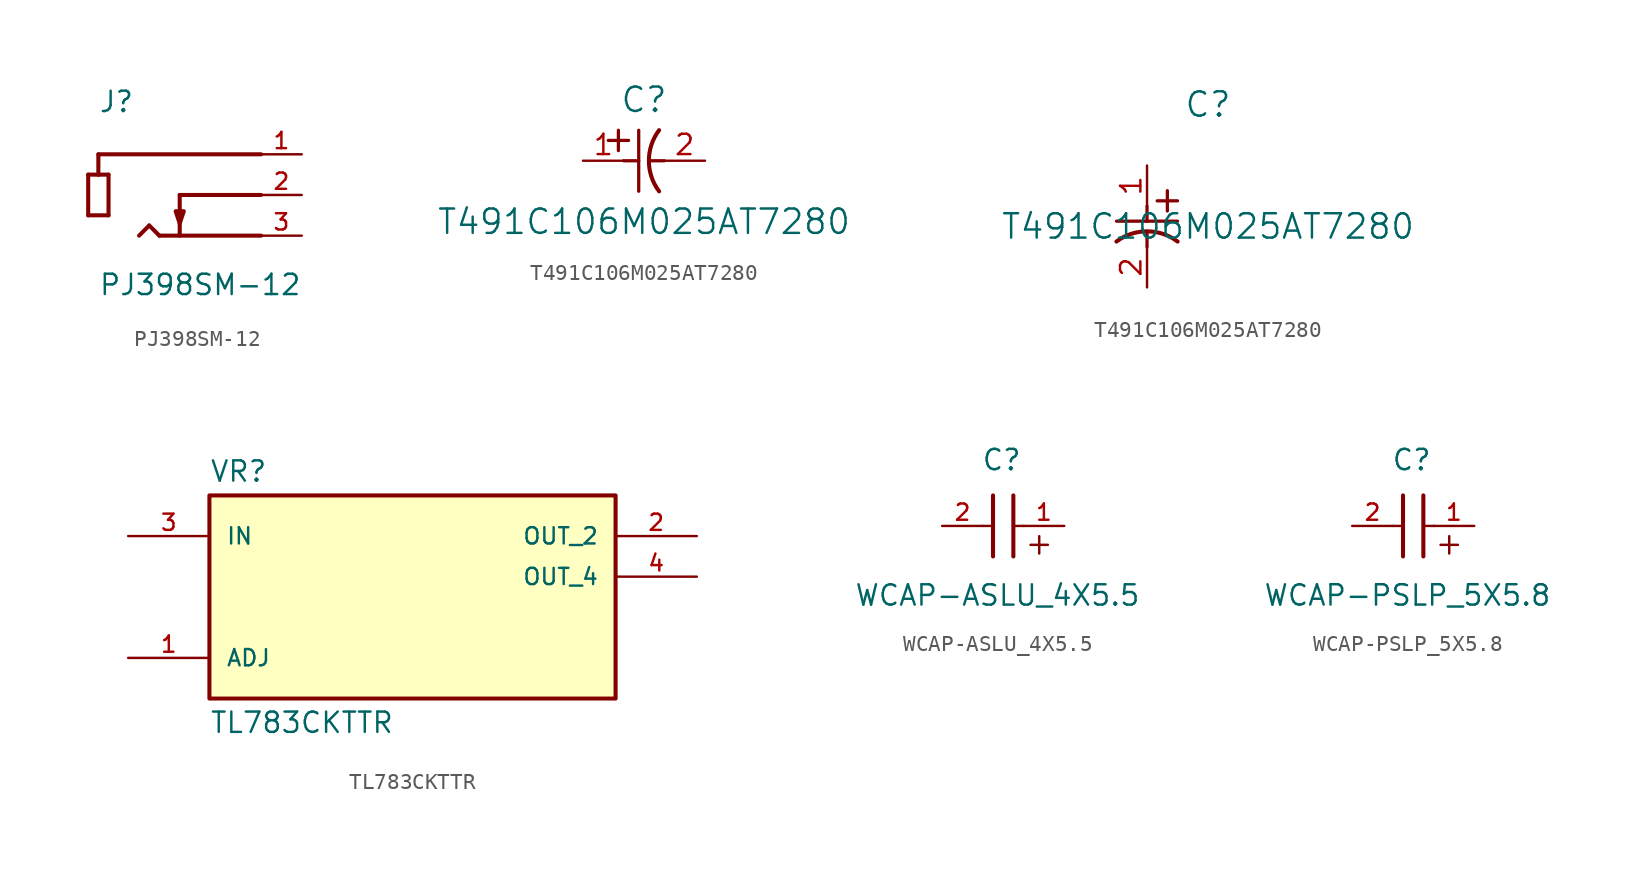
<source format=kicad_sym>
(kicad_symbol_lib
  (version 20231120)
  (generator "kicad_symbol_editor")
  (generator_version "8.0")
  (symbol "PJ398SM-12"
    (pin_names
      (offset 1.016))
    (property "Reference" "J"
      (at -5.08 2.54 0)
      (effects (font (size 1.27 1.27)) (justify left bottom)))
    (property "Value" "PJ398SM-12"
      (at -5.08 -8.89 0)
      (effects (font (size 1.27 1.27)) (justify left bottom)))
    (symbol "PJ398SM-12_0_0"
      (polyline (pts (xy -5.715 -3.81) (xy -5.715 -1.27)) (stroke (width 0.254) (type default)) (fill (type none)))
      (polyline (pts (xy -5.715 -1.27) (xy -5.08 -1.27)) (stroke (width 0.254) (type default)) (fill (type none)))
      (polyline (pts (xy -5.08 -1.27) (xy -4.445 -1.27)) (stroke (width 0.254) (type default)) (fill (type none)))
      (polyline (pts (xy -5.08 0) (xy -5.08 -1.27)) (stroke (width 0.254) (type default)) (fill (type none)))
      (polyline (pts (xy -4.445 -3.81) (xy -5.715 -3.81)) (stroke (width 0.254) (type default)) (fill (type none)))
      (polyline (pts (xy -4.445 -1.27) (xy -4.445 -3.81)) (stroke (width 0.254) (type default)) (fill (type none)))
      (polyline (pts (xy -1.905 -4.445) (xy -2.54 -5.08)) (stroke (width 0.254) (type default)) (fill (type none)))
      (polyline (pts (xy -1.27 -5.08) (xy -1.905 -4.445)) (stroke (width 0.254) (type default)) (fill (type none)))
      (polyline (pts (xy 0 -2.54) (xy 0 -5.08)) (stroke (width 0.254) (type default)) (fill (type none)))
      (polyline (pts (xy 0 -2.54) (xy 5.08 -2.54)) (stroke (width 0.254) (type default)) (fill (type none)))
      (polyline (pts (xy 5.08 -5.08) (xy -1.27 -5.08)) (stroke (width 0.254) (type default)) (fill (type none)))
      (polyline (pts (xy 5.08 0) (xy -5.08 0)) (stroke (width 0.254) (type default)) (fill (type none)))
      (polyline (pts (xy 0 -4.318) (xy 0.254 -3.556) (xy -0.254 -3.556) (xy 0 -4.318)) (stroke (width 0.254) (type default)) (fill (type outline)))
      (pin passive line (at 7.62 0 180) (length 2.54) (name "~" (effects (font (size 1.016 1.016)))) (number "1" (effects (font (size 1.016 1.016)))))
      (pin passive line (at 7.62 -2.54 180) (length 2.54) (name "~" (effects (font (size 1.016 1.016)))) (number "2" (effects (font (size 1.016 1.016)))))
      (pin passive line (at 7.62 -5.08 180) (length 2.54) (name "~" (effects (font (size 1.016 1.016)))) (number "3" (effects (font (size 1.016 1.016)))))))
  (symbol "T491C106M025AT7280"
    (pin_names
      (offset 0.254))
    (property "Reference" "C"
      (at 3.81 3.81 0)
      (effects (font (size 1.524 1.524))))
    (property "Value" "T491C106M025AT7280"
      (at 3.81 -3.81 0)
      (effects (font (size 1.524 1.524))))
    (symbol "T491C106M025AT7280_1_1"
      (polyline (pts (xy 1.575 1.27) (xy 2.845 1.27)) (stroke (width 0.203) (type default)) (fill (type none)))
      (polyline (pts (xy 2.21 0.635) (xy 2.21 1.905)) (stroke (width 0.203) (type default)) (fill (type none)))
      (polyline (pts (xy 2.54 0) (xy 3.48 0)) (stroke (width 0.203) (type default)) (fill (type none)))
      (polyline (pts (xy 3.48 -1.905) (xy 3.48 1.905)) (stroke (width 0.203) (type default)) (fill (type none)))
      (polyline (pts (xy 4.115 0) (xy 5.08 0)) (stroke (width 0.203) (type default)) (fill (type none)))
      (arc (start 4.7541 1.9108) (mid 4.1148 0) (end 4.7541 -1.9108) (stroke (width 0.254) (type default)) (fill (type none)))
      (pin unspecified line (at 0 0 0) (length 2.54) (name "" (effects (font (size 1.27 1.27)))) (number "1" (effects (font (size 1.27 1.27)))))
      (pin unspecified line (at 7.62 0 180) (length 2.54) (name "" (effects (font (size 1.27 1.27)))) (number "2" (effects (font (size 1.27 1.27))))))
    (symbol "T491C106M025AT7280_1_2"
      (polyline (pts (xy -1.905 -3.48) (xy 1.905 -3.48)) (stroke (width 0.203) (type default)) (fill (type none)))
      (polyline (pts (xy 0 -4.115) (xy 0 -5.08)) (stroke (width 0.203) (type default)) (fill (type none)))
      (polyline (pts (xy 0 -2.54) (xy 0 -3.48)) (stroke (width 0.203) (type default)) (fill (type none)))
      (polyline (pts (xy 0.635 -2.21) (xy 1.905 -2.21)) (stroke (width 0.203) (type default)) (fill (type none)))
      (polyline (pts (xy 1.27 -1.575) (xy 1.27 -2.845)) (stroke (width 0.203) (type default)) (fill (type none)))
      (arc (start 1.9108 -4.7541) (mid 0 -4.1148) (end -1.9108 -4.7541) (stroke (width 0.254) (type default)) (fill (type none)))
      (pin unspecified line (at 0 0 270) (length 2.54) (name "" (effects (font (size 1.27 1.27)))) (number "1" (effects (font (size 1.27 1.27)))))
      (pin unspecified line (at 0 -7.62 90) (length 2.54) (name "" (effects (font (size 1.27 1.27)))) (number "2" (effects (font (size 1.27 1.27)))))))
  (symbol "TL783CKTTR"
    (pin_names
      (offset 1.016))
    (property "Reference" "VR"
      (at -12.7 5.842 0)
      (effects (font (size 1.27 1.27)) (justify left bottom)))
    (property "Value" "TL783CKTTR"
      (at -12.7 -8.382 0)
      (effects (font (size 1.27 1.27)) (justify left top)))
    (symbol "TL783CKTTR_0_0"
      (rectangle (start -12.7 -7.62) (end 12.7 5.08) (stroke (width 0.254) (type default)) (fill (type background)))
      (pin bidirectional line (at -17.78 -5.08 0) (length 5.08) (name "ADJ" (effects (font (size 1.016 1.016)))) (number "1" (effects (font (size 1.016 1.016)))))
      (pin output line (at 17.78 2.54 180) (length 5.08) (name "OUT_2" (effects (font (size 1.016 1.016)))) (number "2" (effects (font (size 1.016 1.016)))))
      (pin input line (at -17.78 2.54 0) (length 5.08) (name "IN" (effects (font (size 1.016 1.016)))) (number "3" (effects (font (size 1.016 1.016)))))
      (pin output line (at 17.78 0 180) (length 5.08) (name "OUT_4" (effects (font (size 1.016 1.016)))) (number "4" (effects (font (size 1.016 1.016)))))))
  (symbol "WCAP-ASLU_4X5.5"
    (pin_names
      (offset 1.016))
    (property "Reference" "C"
      (at 1.175 3.38 0)
      (effects (font (size 1.27 1.27)) (justify bottom)))
    (property "Value" "WCAP-ASLU_4X5.5"
      (at 0.915 -5.075 0)
      (effects (font (size 1.27 1.27)) (justify bottom)))
    (symbol "WCAP-ASLU_4X5.5_0_0"
      (polyline (pts (xy 0 0) (xy 0.643 0)) (stroke (width 0.152) (type default)) (fill (type none)))
      (polyline (pts (xy 0.635 -1.905) (xy 0.635 1.905)) (stroke (width 0.254) (type default)) (fill (type none)))
      (polyline (pts (xy 1.905 1.905) (xy 1.905 -1.905)) (stroke (width 0.254) (type default)) (fill (type none)))
      (polyline (pts (xy 1.928 0) (xy 2.571 0)) (stroke (width 0.152) (type default)) (fill (type none)))
      (text "+" (at 2.54 -1.905 0) (effects (font (size 1.422 1.422)) (justify left bottom)))
      (pin passive line (at 5.08 0 180) (length 2.54) (name "~" (effects (font (size 1.016 1.016)))) (number "1" (effects (font (size 1.016 1.016)))))
      (pin passive line (at -2.54 0 0) (length 2.54) (name "~" (effects (font (size 1.016 1.016)))) (number "2" (effects (font (size 1.016 1.016)))))))
  (symbol "WCAP-PSLP_5X5.8"
    (pin_names
      (offset 1.016))
    (property "Reference" "C"
      (at 1.175 3.38 0)
      (effects (font (size 1.27 1.27)) (justify bottom)))
    (property "Value" "WCAP-PSLP_5X5.8"
      (at 0.915 -5.075 0)
      (effects (font (size 1.27 1.27)) (justify bottom)))
    (symbol "WCAP-PSLP_5X5.8_0_0"
      (polyline (pts (xy 0 0) (xy 0.643 0)) (stroke (width 0.152) (type default)) (fill (type none)))
      (polyline (pts (xy 0.635 -1.905) (xy 0.635 1.905)) (stroke (width 0.254) (type default)) (fill (type none)))
      (polyline (pts (xy 1.905 1.905) (xy 1.905 -1.905)) (stroke (width 0.254) (type default)) (fill (type none)))
      (polyline (pts (xy 1.928 0) (xy 2.571 0)) (stroke (width 0.152) (type default)) (fill (type none)))
      (text "+" (at 2.54 -1.905 0) (effects (font (size 1.422 1.422)) (justify left bottom)))
      (pin passive line (at 5.08 0 180) (length 2.54) (name "~" (effects (font (size 1.016 1.016)))) (number "1" (effects (font (size 1.016 1.016)))))
      (pin passive line (at -2.54 0 0) (length 2.54) (name "~" (effects (font (size 1.016 1.016)))) (number "2" (effects (font (size 1.016 1.016))))))))
</source>
